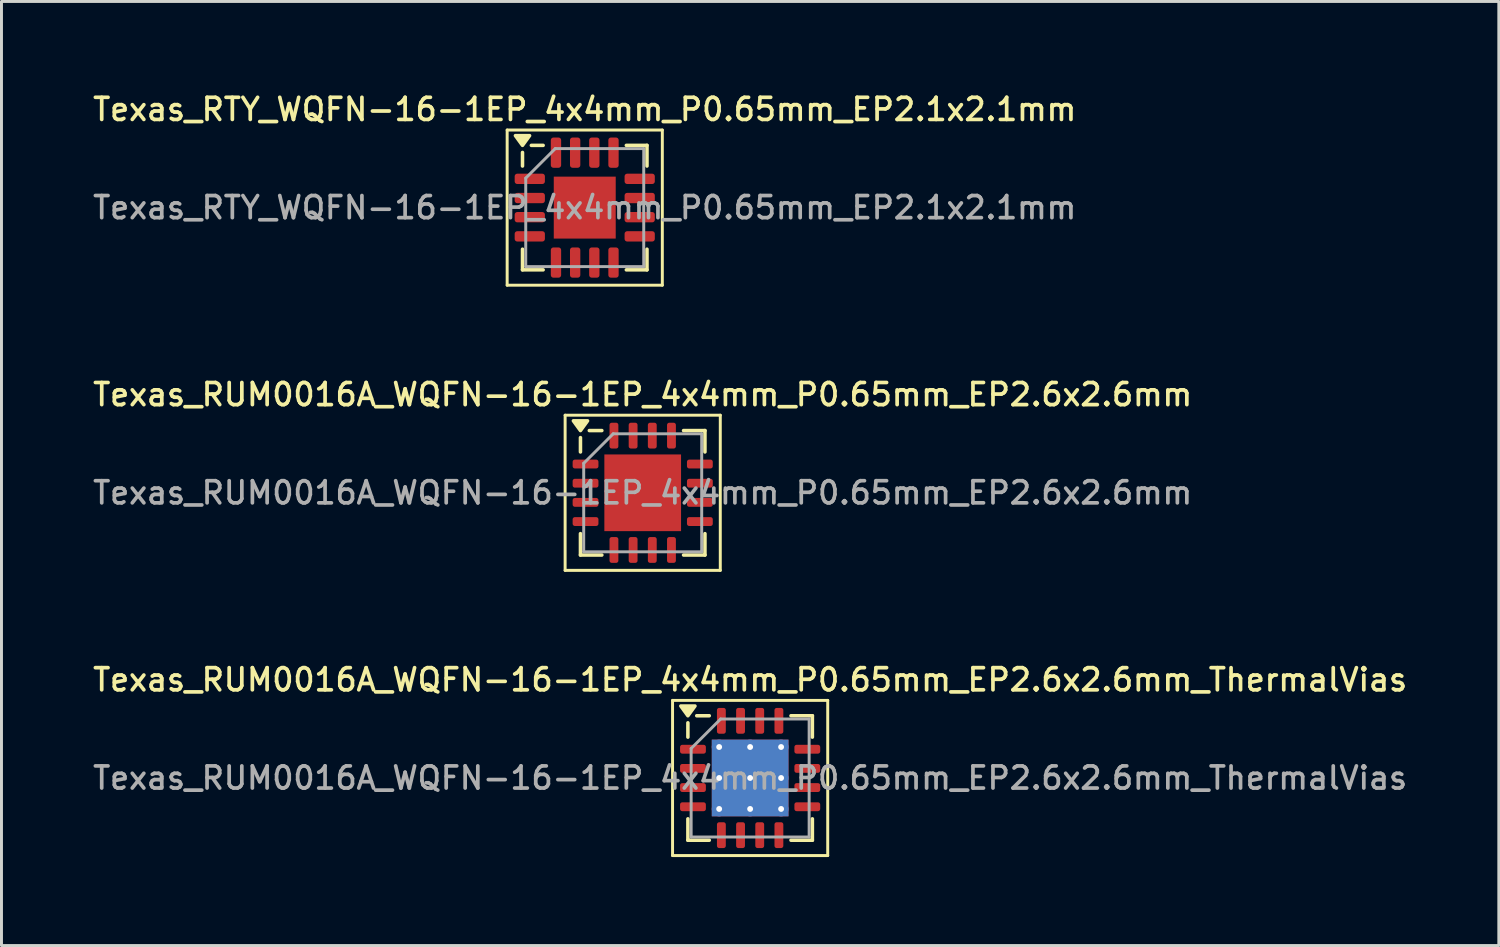
<source format=kicad_pcb>
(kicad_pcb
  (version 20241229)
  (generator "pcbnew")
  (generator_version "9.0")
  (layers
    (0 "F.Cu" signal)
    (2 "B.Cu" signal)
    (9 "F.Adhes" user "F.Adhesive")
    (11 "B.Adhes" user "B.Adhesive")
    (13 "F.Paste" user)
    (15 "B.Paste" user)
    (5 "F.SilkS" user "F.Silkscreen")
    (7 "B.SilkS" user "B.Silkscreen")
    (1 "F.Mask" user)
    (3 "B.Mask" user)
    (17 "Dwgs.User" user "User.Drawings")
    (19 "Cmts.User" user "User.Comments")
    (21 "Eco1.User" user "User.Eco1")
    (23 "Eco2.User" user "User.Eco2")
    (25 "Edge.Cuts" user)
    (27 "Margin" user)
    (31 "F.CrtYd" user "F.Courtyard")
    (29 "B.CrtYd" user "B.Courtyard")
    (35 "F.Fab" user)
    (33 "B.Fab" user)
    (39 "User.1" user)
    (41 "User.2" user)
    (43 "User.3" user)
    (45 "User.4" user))
  (footprint "Texas_RTY_WQFN-16-1EP_4x4mm_P0.65mm_EP2.1x2.1mm"
    (layer "F.Cu")
    (at 16.773 3.988)
    (property "Reference" "Texas_RTY_WQFN-16-1EP_4x4mm_P0.65mm_EP2.1x2.1mm" (at 0 -3.33 0) (layer "F.SilkS") (effects (font (size 0.75 0.75) (thickness 0.125))))
    (attr smd)
    (fp_line (start -2.63 -2.63) (end -2.63 2.63) (stroke (width 0.1) (type solid)) (layer "F.SilkS"))
    (fp_line (start -2.63 2.63) (end 2.63 2.63) (stroke (width 0.1) (type solid)) (layer "F.SilkS"))
    (fp_line (start -2.11 -1.41) (end -2.11 -1.87) (stroke (width 0.12) (type solid)) (layer "F.SilkS"))
    (fp_line (start -2.11 2.11) (end -2.11 1.41) (stroke (width 0.12) (type solid)) (layer "F.SilkS"))
    (fp_line (start -1.41 -2.11) (end -1.81 -2.11) (stroke (width 0.12) (type solid)) (layer "F.SilkS"))
    (fp_line (start -1.41 2.11) (end -2.11 2.11) (stroke (width 0.12) (type solid)) (layer "F.SilkS"))
    (fp_line (start 1.41 -2.11) (end 2.11 -2.11) (stroke (width 0.12) (type solid)) (layer "F.SilkS"))
    (fp_line (start 1.41 2.11) (end 2.11 2.11) (stroke (width 0.12) (type solid)) (layer "F.SilkS"))
    (fp_line (start 2.11 -2.11) (end 2.11 -1.41) (stroke (width 0.12) (type solid)) (layer "F.SilkS"))
    (fp_line (start 2.11 2.11) (end 2.11 1.41) (stroke (width 0.12) (type solid)) (layer "F.SilkS"))
    (fp_line (start 2.63 -2.63) (end -2.63 -2.63) (stroke (width 0.1) (type solid)) (layer "F.SilkS"))
    (fp_line (start 2.63 2.63) (end 2.63 -2.63) (stroke (width 0.1) (type solid)) (layer "F.SilkS"))
    (fp_poly (pts (xy -2.11 -2.11) (xy -2.35 -2.44) (xy -1.87 -2.44) (xy -2.11 -2.11)) (stroke (width 0.12) (type solid)) (fill yes) (layer "F.SilkS"))
    (fp_line (start -2 -1) (end -1 -2) (stroke (width 0.1) (type solid)) (layer "F.Fab"))
    (fp_line (start -2 2) (end -2 -1) (stroke (width 0.1) (type solid)) (layer "F.Fab"))
    (fp_line (start -1 -2) (end 2 -2) (stroke (width 0.1) (type solid)) (layer "F.Fab"))
    (fp_line (start 2 -2) (end 2 2) (stroke (width 0.1) (type solid)) (layer "F.Fab"))
    (fp_line (start 2 2) (end -2 2) (stroke (width 0.1) (type solid)) (layer "F.Fab"))
    (fp_text user "${REFERENCE}" (at 0 0 0) (layer "F.Fab") (effects (font (size 0.75 0.75) (thickness 0.125))))
    (pad "" smd roundrect (at -0.525 -0.525) (size 0.85 0.85) (layers "F.Paste") (roundrect_rratio 0.25))
    (pad "" smd roundrect (at -0.525 0.525) (size 0.85 0.85) (layers "F.Paste") (roundrect_rratio 0.25))
    (pad "" smd roundrect (at 0.525 -0.525) (size 0.85 0.85) (layers "F.Paste") (roundrect_rratio 0.25))
    (pad "" smd roundrect (at 0.525 0.525) (size 0.85 0.85) (layers "F.Paste") (roundrect_rratio 0.25))
    (pad "1" smd roundrect (at -1.863 -0.975) (size 1.025 0.35) (layers "F.Cu" "F.Mask" "F.Paste") (roundrect_rratio 0.25))
    (pad "2" smd roundrect (at -1.863 -0.325) (size 1.025 0.35) (layers "F.Cu" "F.Mask" "F.Paste") (roundrect_rratio 0.25))
    (pad "3" smd roundrect (at -1.863 0.325) (size 1.025 0.35) (layers "F.Cu" "F.Mask" "F.Paste") (roundrect_rratio 0.25))
    (pad "4" smd roundrect (at -1.863 0.975) (size 1.025 0.35) (layers "F.Cu" "F.Mask" "F.Paste") (roundrect_rratio 0.25))
    (pad "5" smd roundrect (at -0.975 1.863) (size 0.35 1.025) (layers "F.Cu" "F.Mask" "F.Paste") (roundrect_rratio 0.25))
    (pad "6" smd roundrect (at -0.325 1.863) (size 0.35 1.025) (layers "F.Cu" "F.Mask" "F.Paste") (roundrect_rratio 0.25))
    (pad "7" smd roundrect (at 0.325 1.863) (size 0.35 1.025) (layers "F.Cu" "F.Mask" "F.Paste") (roundrect_rratio 0.25))
    (pad "8" smd roundrect (at 0.975 1.863) (size 0.35 1.025) (layers "F.Cu" "F.Mask" "F.Paste") (roundrect_rratio 0.25))
    (pad "9" smd roundrect (at 1.863 0.975) (size 1.025 0.35) (layers "F.Cu" "F.Mask" "F.Paste") (roundrect_rratio 0.25))
    (pad "10" smd roundrect (at 1.863 0.325) (size 1.025 0.35) (layers "F.Cu" "F.Mask" "F.Paste") (roundrect_rratio 0.25))
    (pad "11" smd roundrect (at 1.863 -0.325) (size 1.025 0.35) (layers "F.Cu" "F.Mask" "F.Paste") (roundrect_rratio 0.25))
    (pad "12" smd roundrect (at 1.863 -0.975) (size 1.025 0.35) (layers "F.Cu" "F.Mask" "F.Paste") (roundrect_rratio 0.25))
    (pad "13" smd roundrect (at 0.975 -1.863) (size 0.35 1.025) (layers "F.Cu" "F.Mask" "F.Paste") (roundrect_rratio 0.25))
    (pad "14" smd roundrect (at 0.325 -1.863) (size 0.35 1.025) (layers "F.Cu" "F.Mask" "F.Paste") (roundrect_rratio 0.25))
    (pad "15" smd roundrect (at -0.325 -1.863) (size 0.35 1.025) (layers "F.Cu" "F.Mask" "F.Paste") (roundrect_rratio 0.25))
    (pad "16" smd roundrect (at -0.975 -1.863) (size 0.35 1.025) (layers "F.Cu" "F.Mask" "F.Paste") (roundrect_rratio 0.25))
    (pad "17" smd rect (at 0 0) (size 2.1 2.1) (property pad_prop_heatsink) (layers "F.Cu" "F.Mask")))
  (footprint "Texas_RUM0016A_WQFN-16-1EP_4x4mm_P0.65mm_EP2.6x2.6mm_ThermalVias"
    (layer "F.Cu")
    (at 22.38 23.324)
    (property "Reference" "Texas_RUM0016A_WQFN-16-1EP_4x4mm_P0.65mm_EP2.6x2.6mm_ThermalVias" (at 0 -3.33 0) (layer "F.SilkS") (effects (font (size 0.75 0.75) (thickness 0.125))))
    (attr smd)
    (fp_line (start -2.63 -2.63) (end -2.63 2.63) (stroke (width 0.1) (type solid)) (layer "F.SilkS"))
    (fp_line (start -2.63 2.63) (end 2.63 2.63) (stroke (width 0.1) (type solid)) (layer "F.SilkS"))
    (fp_line (start -2.11 -1.385) (end -2.11 -1.87) (stroke (width 0.12) (type solid)) (layer "F.SilkS"))
    (fp_line (start -2.11 2.11) (end -2.11 1.385) (stroke (width 0.12) (type solid)) (layer "F.SilkS"))
    (fp_line (start -1.385 -2.11) (end -1.81 -2.11) (stroke (width 0.12) (type solid)) (layer "F.SilkS"))
    (fp_line (start -1.385 2.11) (end -2.11 2.11) (stroke (width 0.12) (type solid)) (layer "F.SilkS"))
    (fp_line (start 1.385 -2.11) (end 2.11 -2.11) (stroke (width 0.12) (type solid)) (layer "F.SilkS"))
    (fp_line (start 1.385 2.11) (end 2.11 2.11) (stroke (width 0.12) (type solid)) (layer "F.SilkS"))
    (fp_line (start 2.11 -2.11) (end 2.11 -1.385) (stroke (width 0.12) (type solid)) (layer "F.SilkS"))
    (fp_line (start 2.11 2.11) (end 2.11 1.385) (stroke (width 0.12) (type solid)) (layer "F.SilkS"))
    (fp_line (start 2.63 -2.63) (end -2.63 -2.63) (stroke (width 0.1) (type solid)) (layer "F.SilkS"))
    (fp_line (start 2.63 2.63) (end 2.63 -2.63) (stroke (width 0.1) (type solid)) (layer "F.SilkS"))
    (fp_poly (pts (xy -2.11 -2.11) (xy -2.35 -2.44) (xy -1.87 -2.44) (xy -2.11 -2.11)) (stroke (width 0.12) (type solid)) (fill yes) (layer "F.SilkS"))
    (fp_line (start -2 -1) (end -1 -2) (stroke (width 0.1) (type solid)) (layer "F.Fab"))
    (fp_line (start -2 2) (end -2 -1) (stroke (width 0.1) (type solid)) (layer "F.Fab"))
    (fp_line (start -1 -2) (end 2 -2) (stroke (width 0.1) (type solid)) (layer "F.Fab"))
    (fp_line (start 2 -2) (end 2 2) (stroke (width 0.1) (type solid)) (layer "F.Fab"))
    (fp_line (start 2 2) (end -2 2) (stroke (width 0.1) (type solid)) (layer "F.Fab"))
    (fp_text user "${REFERENCE}" (at 0 0 0) (layer "F.Fab") (effects (font (size 0.75 0.75) (thickness 0.125))))
    (pad "" smd roundrect (at -0.65 -0.65) (size 1.12 1.12) (layers "F.Paste") (roundrect_rratio 0.223))
    (pad "" smd roundrect (at -0.65 0.65) (size 1.12 1.12) (layers "F.Paste") (roundrect_rratio 0.223))
    (pad "" smd roundrect (at 0.65 -0.65) (size 1.12 1.12) (layers "F.Paste") (roundrect_rratio 0.223))
    (pad "" smd roundrect (at 0.65 0.65) (size 1.12 1.12) (layers "F.Paste") (roundrect_rratio 0.223))
    (pad "1" smd roundrect (at -1.938 -0.975) (size 0.875 0.3) (layers "F.Cu" "F.Mask" "F.Paste") (roundrect_rratio 0.25))
    (pad "2" smd roundrect (at -1.938 -0.325) (size 0.875 0.3) (layers "F.Cu" "F.Mask" "F.Paste") (roundrect_rratio 0.25))
    (pad "3" smd roundrect (at -1.938 0.325) (size 0.875 0.3) (layers "F.Cu" "F.Mask" "F.Paste") (roundrect_rratio 0.25))
    (pad "4" smd roundrect (at -1.938 0.975) (size 0.875 0.3) (layers "F.Cu" "F.Mask" "F.Paste") (roundrect_rratio 0.25))
    (pad "5" smd roundrect (at -0.975 1.938) (size 0.3 0.875) (layers "F.Cu" "F.Mask" "F.Paste") (roundrect_rratio 0.25))
    (pad "6" smd roundrect (at -0.325 1.938) (size 0.3 0.875) (layers "F.Cu" "F.Mask" "F.Paste") (roundrect_rratio 0.25))
    (pad "7" smd roundrect (at 0.325 1.938) (size 0.3 0.875) (layers "F.Cu" "F.Mask" "F.Paste") (roundrect_rratio 0.25))
    (pad "8" smd roundrect (at 0.975 1.938) (size 0.3 0.875) (layers "F.Cu" "F.Mask" "F.Paste") (roundrect_rratio 0.25))
    (pad "9" smd roundrect (at 1.938 0.975) (size 0.875 0.3) (layers "F.Cu" "F.Mask" "F.Paste") (roundrect_rratio 0.25))
    (pad "10" smd roundrect (at 1.938 0.325) (size 0.875 0.3) (layers "F.Cu" "F.Mask" "F.Paste") (roundrect_rratio 0.25))
    (pad "11" smd roundrect (at 1.938 -0.325) (size 0.875 0.3) (layers "F.Cu" "F.Mask" "F.Paste") (roundrect_rratio 0.25))
    (pad "12" smd roundrect (at 1.938 -0.975) (size 0.875 0.3) (layers "F.Cu" "F.Mask" "F.Paste") (roundrect_rratio 0.25))
    (pad "13" smd roundrect (at 0.975 -1.938) (size 0.3 0.875) (layers "F.Cu" "F.Mask" "F.Paste") (roundrect_rratio 0.25))
    (pad "14" smd roundrect (at 0.325 -1.938) (size 0.3 0.875) (layers "F.Cu" "F.Mask" "F.Paste") (roundrect_rratio 0.25))
    (pad "15" smd roundrect (at -0.325 -1.938) (size 0.3 0.875) (layers "F.Cu" "F.Mask" "F.Paste") (roundrect_rratio 0.25))
    (pad "16" smd roundrect (at -0.975 -1.938) (size 0.3 0.875) (layers "F.Cu" "F.Mask" "F.Paste") (roundrect_rratio 0.25))
    (pad "17" thru_hole circle (at -1.05 -1.05) (size 0.5 0.5) (drill 0.2) (property pad_prop_heatsink) (layers "*.Cu"))
    (pad "17" thru_hole circle (at -1.05 0) (size 0.5 0.5) (drill 0.2) (property pad_prop_heatsink) (layers "*.Cu"))
    (pad "17" thru_hole circle (at -1.05 1.05) (size 0.5 0.5) (drill 0.2) (property pad_prop_heatsink) (layers "*.Cu"))
    (pad "17" thru_hole circle (at 0 -1.05) (size 0.5 0.5) (drill 0.2) (property pad_prop_heatsink) (layers "*.Cu"))
    (pad "17" thru_hole circle (at 0 0) (size 0.5 0.5) (drill 0.2) (property pad_prop_heatsink) (layers "*.Cu"))
    (pad "17" smd rect (at 0 0) (size 2.6 2.6) (property pad_prop_heatsink) (layers "F.Cu" "F.Mask"))
    (pad "17" smd rect (at 0 0) (size 2.6 2.6) (property pad_prop_heatsink) (layers "B.Cu"))
    (pad "17" thru_hole circle (at 0 1.05) (size 0.5 0.5) (drill 0.2) (property pad_prop_heatsink) (layers "*.Cu"))
    (pad "17" thru_hole circle (at 1.05 -1.05) (size 0.5 0.5) (drill 0.2) (property pad_prop_heatsink) (layers "*.Cu"))
    (pad "17" thru_hole circle (at 1.05 0) (size 0.5 0.5) (drill 0.2) (property pad_prop_heatsink) (layers "*.Cu"))
    (pad "17" thru_hole circle (at 1.05 1.05) (size 0.5 0.5) (drill 0.2) (property pad_prop_heatsink) (layers "*.Cu")))
  (footprint "Texas_RUM0016A_WQFN-16-1EP_4x4mm_P0.65mm_EP2.6x2.6mm"
    (layer "F.Cu")
    (at 18.738 13.656)
    (property "Reference" "Texas_RUM0016A_WQFN-16-1EP_4x4mm_P0.65mm_EP2.6x2.6mm" (at 0 -3.33 0) (layer "F.SilkS") (effects (font (size 0.75 0.75) (thickness 0.125))))
    (attr smd)
    (fp_line (start -2.63 -2.63) (end -2.63 2.63) (stroke (width 0.1) (type solid)) (layer "F.SilkS"))
    (fp_line (start -2.63 2.63) (end 2.63 2.63) (stroke (width 0.1) (type solid)) (layer "F.SilkS"))
    (fp_line (start -2.11 -1.385) (end -2.11 -1.87) (stroke (width 0.12) (type solid)) (layer "F.SilkS"))
    (fp_line (start -2.11 2.11) (end -2.11 1.385) (stroke (width 0.12) (type solid)) (layer "F.SilkS"))
    (fp_line (start -1.385 -2.11) (end -1.81 -2.11) (stroke (width 0.12) (type solid)) (layer "F.SilkS"))
    (fp_line (start -1.385 2.11) (end -2.11 2.11) (stroke (width 0.12) (type solid)) (layer "F.SilkS"))
    (fp_line (start 1.385 -2.11) (end 2.11 -2.11) (stroke (width 0.12) (type solid)) (layer "F.SilkS"))
    (fp_line (start 1.385 2.11) (end 2.11 2.11) (stroke (width 0.12) (type solid)) (layer "F.SilkS"))
    (fp_line (start 2.11 -2.11) (end 2.11 -1.385) (stroke (width 0.12) (type solid)) (layer "F.SilkS"))
    (fp_line (start 2.11 2.11) (end 2.11 1.385) (stroke (width 0.12) (type solid)) (layer "F.SilkS"))
    (fp_line (start 2.63 -2.63) (end -2.63 -2.63) (stroke (width 0.1) (type solid)) (layer "F.SilkS"))
    (fp_line (start 2.63 2.63) (end 2.63 -2.63) (stroke (width 0.1) (type solid)) (layer "F.SilkS"))
    (fp_poly (pts (xy -2.11 -2.11) (xy -2.35 -2.44) (xy -1.87 -2.44) (xy -2.11 -2.11)) (stroke (width 0.12) (type solid)) (fill yes) (layer "F.SilkS"))
    (fp_line (start -2 -1) (end -1 -2) (stroke (width 0.1) (type solid)) (layer "F.Fab"))
    (fp_line (start -2 2) (end -2 -1) (stroke (width 0.1) (type solid)) (layer "F.Fab"))
    (fp_line (start -1 -2) (end 2 -2) (stroke (width 0.1) (type solid)) (layer "F.Fab"))
    (fp_line (start 2 -2) (end 2 2) (stroke (width 0.1) (type solid)) (layer "F.Fab"))
    (fp_line (start 2 2) (end -2 2) (stroke (width 0.1) (type solid)) (layer "F.Fab"))
    (fp_text user "${REFERENCE}" (at 0 0 0) (layer "F.Fab") (effects (font (size 0.75 0.75) (thickness 0.125))))
    (pad "" smd roundrect (at -0.65 -0.65) (size 1.05 1.05) (layers "F.Paste") (roundrect_rratio 0.238))
    (pad "" smd roundrect (at -0.65 0.65) (size 1.05 1.05) (layers "F.Paste") (roundrect_rratio 0.238))
    (pad "" smd roundrect (at 0.65 -0.65) (size 1.05 1.05) (layers "F.Paste") (roundrect_rratio 0.238))
    (pad "" smd roundrect (at 0.65 0.65) (size 1.05 1.05) (layers "F.Paste") (roundrect_rratio 0.238))
    (pad "1" smd roundrect (at -1.938 -0.975) (size 0.875 0.3) (layers "F.Cu" "F.Mask" "F.Paste") (roundrect_rratio 0.25))
    (pad "2" smd roundrect (at -1.938 -0.325) (size 0.875 0.3) (layers "F.Cu" "F.Mask" "F.Paste") (roundrect_rratio 0.25))
    (pad "3" smd roundrect (at -1.938 0.325) (size 0.875 0.3) (layers "F.Cu" "F.Mask" "F.Paste") (roundrect_rratio 0.25))
    (pad "4" smd roundrect (at -1.938 0.975) (size 0.875 0.3) (layers "F.Cu" "F.Mask" "F.Paste") (roundrect_rratio 0.25))
    (pad "5" smd roundrect (at -0.975 1.938) (size 0.3 0.875) (layers "F.Cu" "F.Mask" "F.Paste") (roundrect_rratio 0.25))
    (pad "6" smd roundrect (at -0.325 1.938) (size 0.3 0.875) (layers "F.Cu" "F.Mask" "F.Paste") (roundrect_rratio 0.25))
    (pad "7" smd roundrect (at 0.325 1.938) (size 0.3 0.875) (layers "F.Cu" "F.Mask" "F.Paste") (roundrect_rratio 0.25))
    (pad "8" smd roundrect (at 0.975 1.938) (size 0.3 0.875) (layers "F.Cu" "F.Mask" "F.Paste") (roundrect_rratio 0.25))
    (pad "9" smd roundrect (at 1.938 0.975) (size 0.875 0.3) (layers "F.Cu" "F.Mask" "F.Paste") (roundrect_rratio 0.25))
    (pad "10" smd roundrect (at 1.938 0.325) (size 0.875 0.3) (layers "F.Cu" "F.Mask" "F.Paste") (roundrect_rratio 0.25))
    (pad "11" smd roundrect (at 1.938 -0.325) (size 0.875 0.3) (layers "F.Cu" "F.Mask" "F.Paste") (roundrect_rratio 0.25))
    (pad "12" smd roundrect (at 1.938 -0.975) (size 0.875 0.3) (layers "F.Cu" "F.Mask" "F.Paste") (roundrect_rratio 0.25))
    (pad "13" smd roundrect (at 0.975 -1.938) (size 0.3 0.875) (layers "F.Cu" "F.Mask" "F.Paste") (roundrect_rratio 0.25))
    (pad "14" smd roundrect (at 0.325 -1.938) (size 0.3 0.875) (layers "F.Cu" "F.Mask" "F.Paste") (roundrect_rratio 0.25))
    (pad "15" smd roundrect (at -0.325 -1.938) (size 0.3 0.875) (layers "F.Cu" "F.Mask" "F.Paste") (roundrect_rratio 0.25))
    (pad "16" smd roundrect (at -0.975 -1.938) (size 0.3 0.875) (layers "F.Cu" "F.Mask" "F.Paste") (roundrect_rratio 0.25))
    (pad "17" smd rect (at 0 0) (size 2.6 2.6) (property pad_prop_heatsink) (layers "F.Cu" "F.Mask")))
  (gr_rect
    (start -3 -3)
    (end 47.761 29.004)
    (stroke (width 0.1) (type default))
    (fill no)
    (layer "Edge.Cuts")))
</source>
